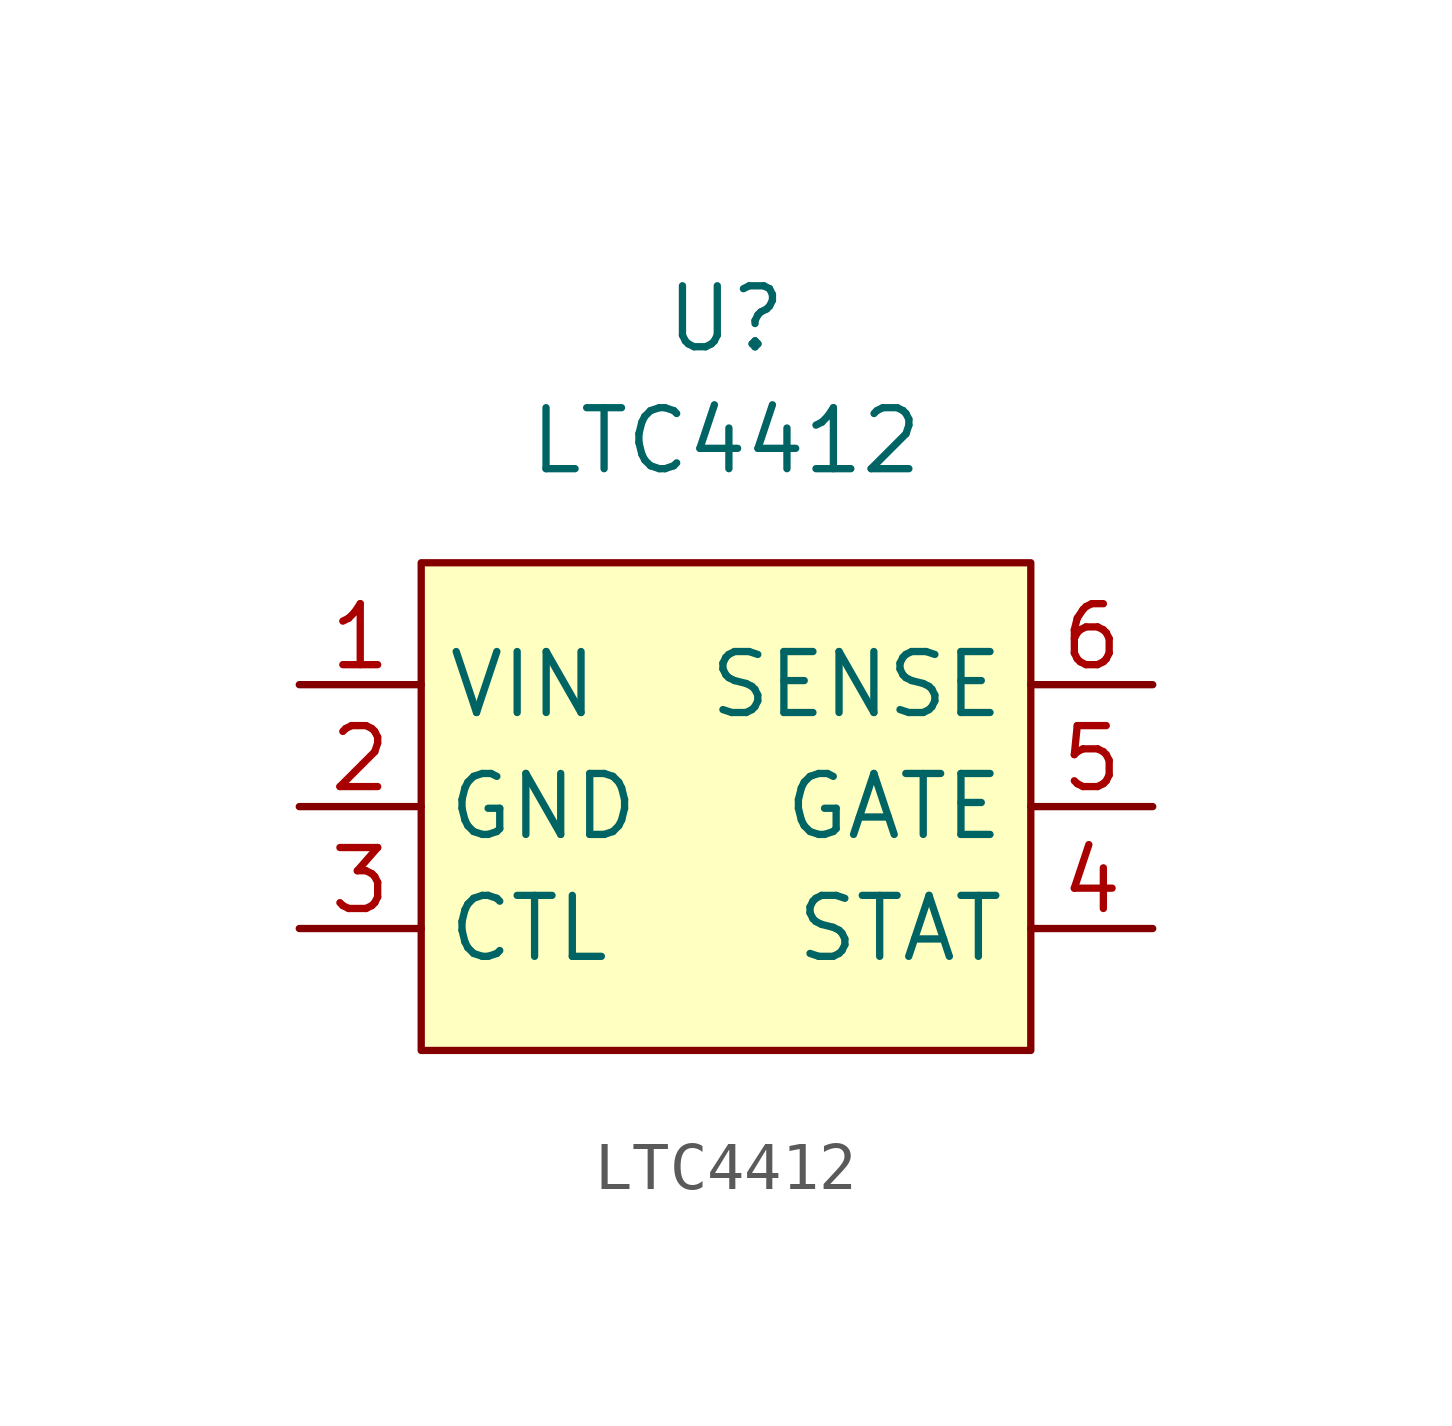
<source format=kicad_sym>
(kicad_symbol_lib
  (version 20211014)
  (generator kicad_symbol_editor)
  (symbol "LTC4412"
    (property "Reference" "U"
      (at 0 5.08 0)
      (effects (font (size 1.27 1.27))))
    (property "Value" "LTC4412"
      (at 0 2.54 0)
      (effects (font (size 1.27 1.27))))
    (symbol "LTC4412_0_1"
      (rectangle (start -6.35 0) (end 6.35 -10.16) (stroke (width 0) (type default) (color 0 0 0 0)) (fill (type background))))
    (symbol "LTC4412_1_1"
      (pin input line (at -8.89 -2.54 0) (length 2.54) (name "VIN" (effects (font (size 1.27 1.27)))) (number "1" (effects (font (size 1.27 1.27)))))
      (pin input line (at -8.89 -5.08 0) (length 2.54) (name "GND" (effects (font (size 1.27 1.27)))) (number "2" (effects (font (size 1.27 1.27)))))
      (pin input line (at -8.89 -7.62 0) (length 2.54) (name "CTL" (effects (font (size 1.27 1.27)))) (number "3" (effects (font (size 1.27 1.27)))))
      (pin output line (at 8.89 -7.62 180) (length 2.54) (name "STAT" (effects (font (size 1.27 1.27)))) (number "4" (effects (font (size 1.27 1.27)))))
      (pin output line (at 8.89 -5.08 180) (length 2.54) (name "GATE" (effects (font (size 1.27 1.27)))) (number "5" (effects (font (size 1.27 1.27)))))
      (pin input line (at 8.89 -2.54 180) (length 2.54) (name "SENSE" (effects (font (size 1.27 1.27)))) (number "6" (effects (font (size 1.27 1.27))))))))
</source>
